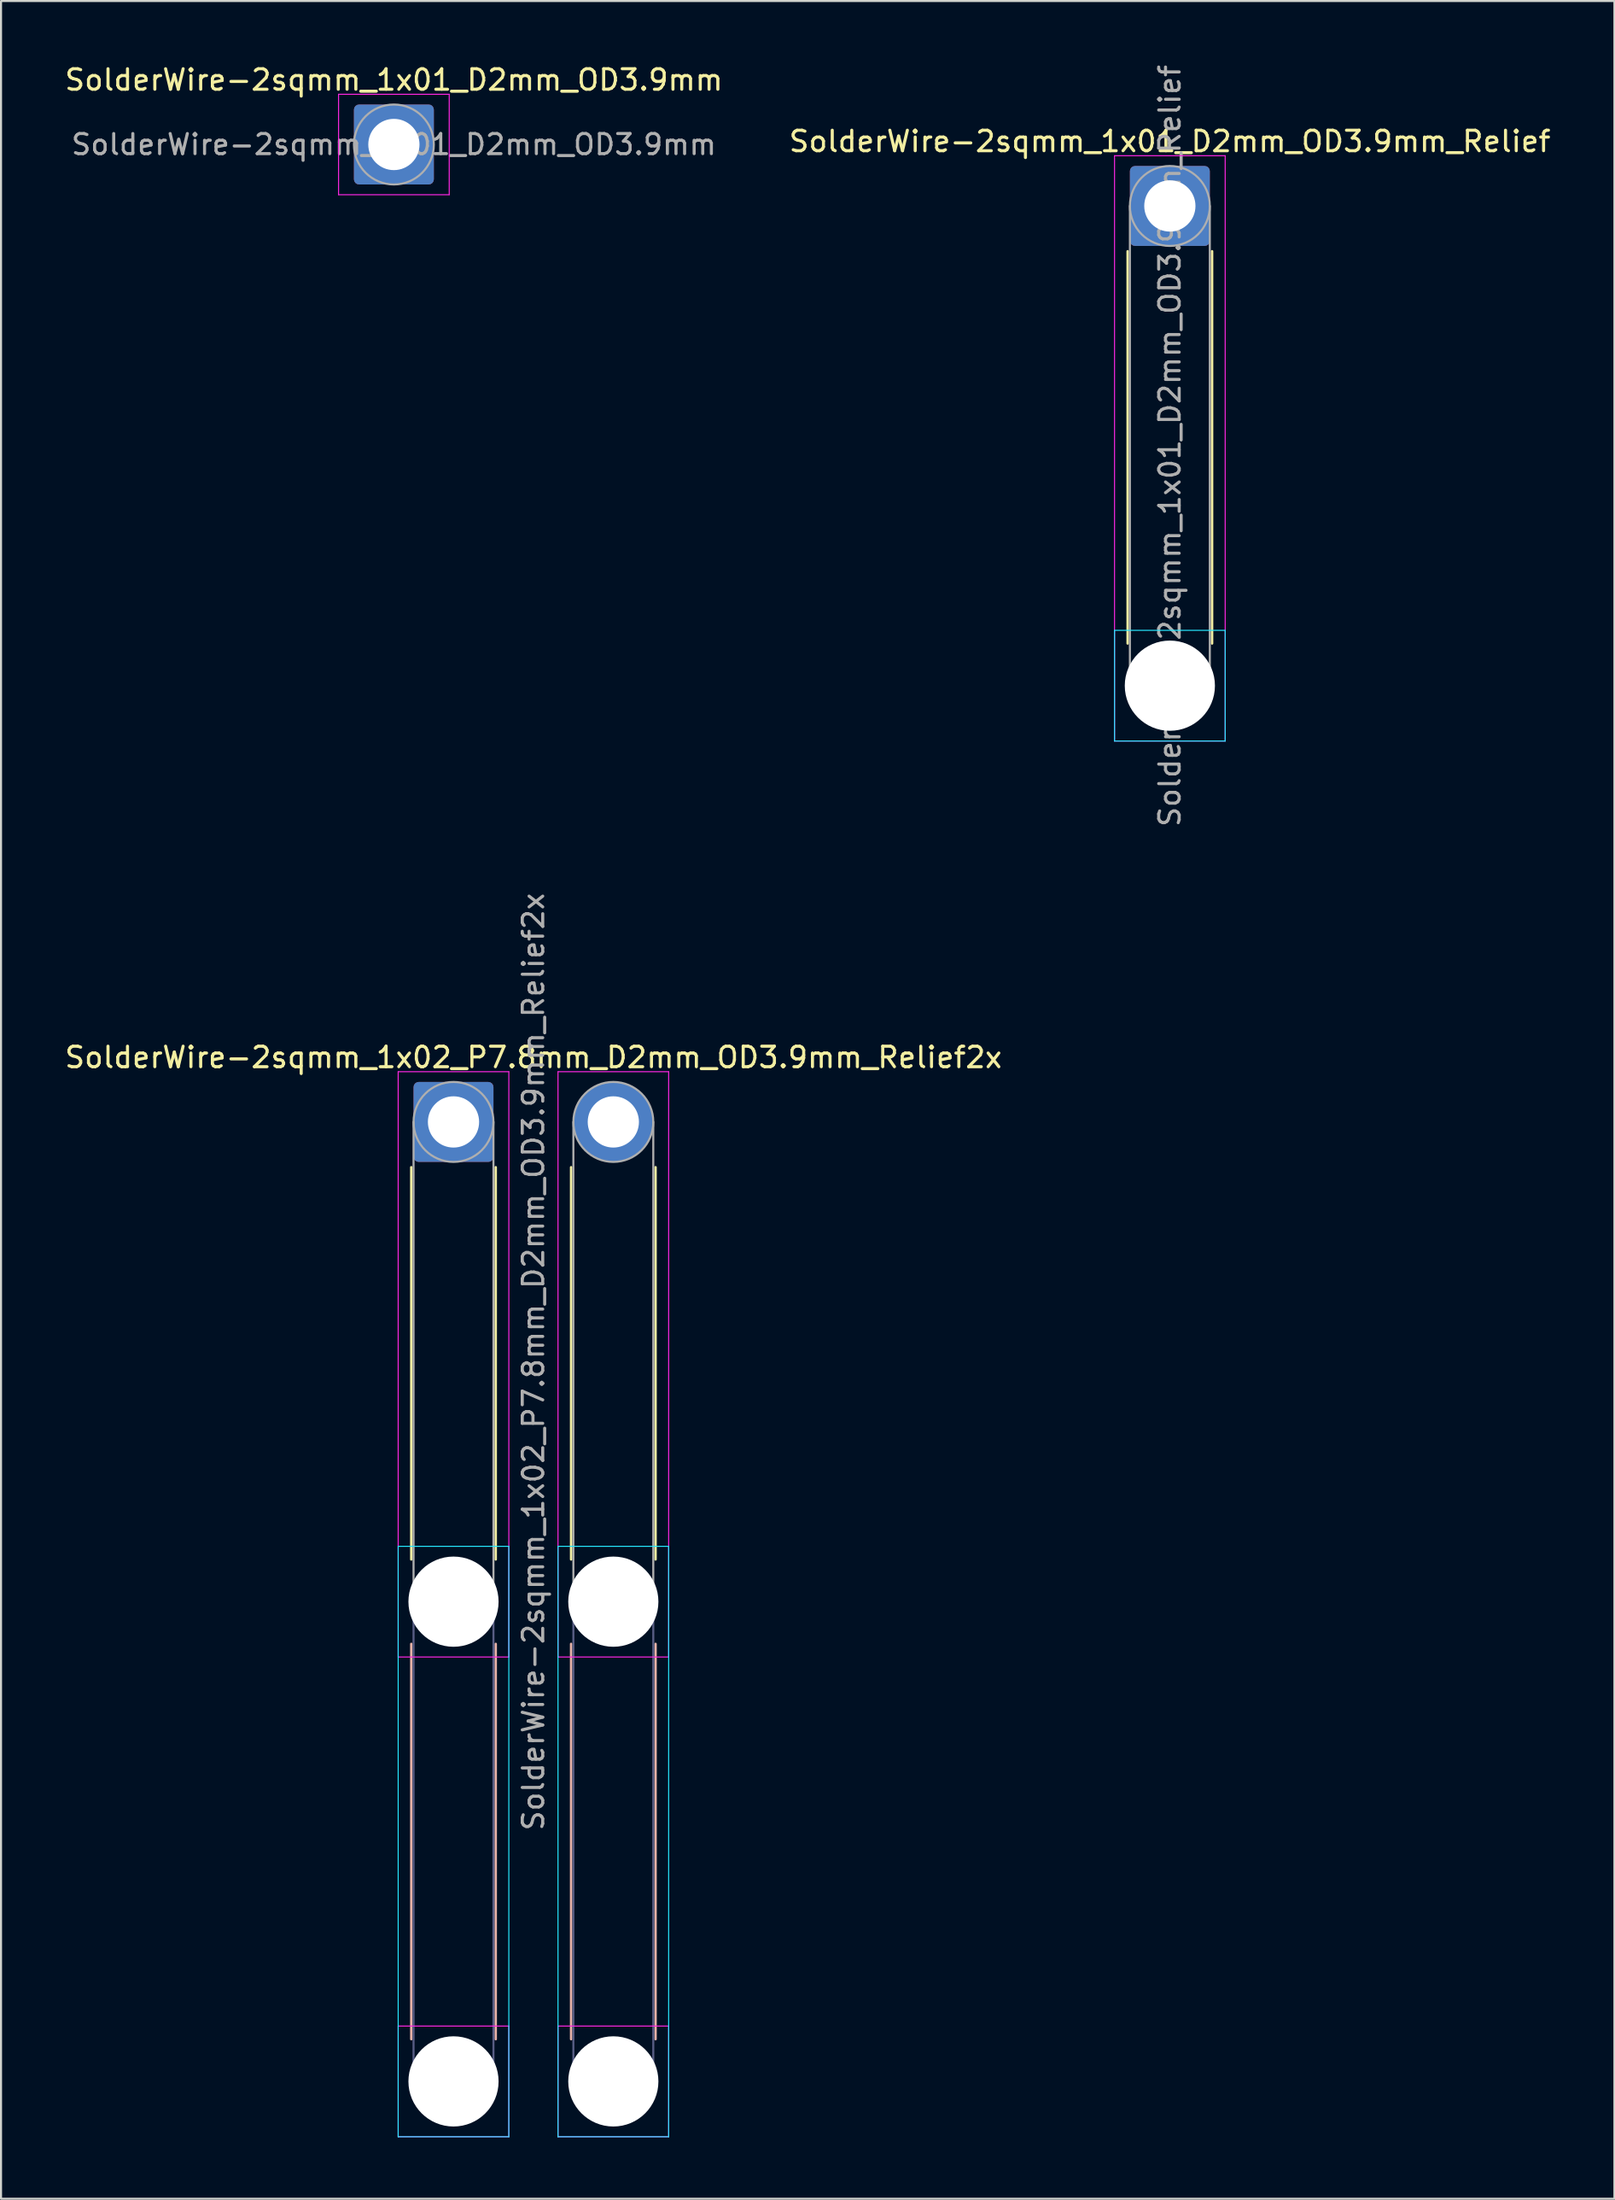
<source format=kicad_pcb>
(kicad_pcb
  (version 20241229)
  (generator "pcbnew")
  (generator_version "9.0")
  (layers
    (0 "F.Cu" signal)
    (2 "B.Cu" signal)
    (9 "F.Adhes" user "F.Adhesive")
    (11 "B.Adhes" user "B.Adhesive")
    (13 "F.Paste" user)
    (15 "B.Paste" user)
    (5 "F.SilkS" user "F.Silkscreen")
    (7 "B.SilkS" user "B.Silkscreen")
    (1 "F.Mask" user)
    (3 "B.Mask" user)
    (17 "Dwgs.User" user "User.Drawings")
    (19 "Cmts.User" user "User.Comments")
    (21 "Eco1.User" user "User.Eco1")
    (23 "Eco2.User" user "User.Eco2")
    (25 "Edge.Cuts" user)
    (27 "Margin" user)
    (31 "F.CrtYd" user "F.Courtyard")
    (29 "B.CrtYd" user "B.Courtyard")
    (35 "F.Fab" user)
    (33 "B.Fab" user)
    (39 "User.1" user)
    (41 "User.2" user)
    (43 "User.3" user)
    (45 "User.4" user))
  (footprint "SolderWire-2sqmm_1x01_D2mm_OD3.9mm_Relief"
    (layer "F.Cu")
    (at 54.042 6.996)
    (property "Reference" "SolderWire-2sqmm_1x01_D2mm_OD3.9mm_Relief" (at 0 -3.15 0) (layer "F.SilkS") (effects (font (size 1 1) (thickness 0.15))))
    (attr exclude_from_pos_files exclude_from_bom)
    (fp_line (start -2.06 2.21) (end -2.06 21.34) (stroke (width 0.12) (type solid)) (layer "F.SilkS"))
    (fp_line (start 2.06 2.21) (end 2.06 21.34) (stroke (width 0.12) (type solid)) (layer "F.SilkS"))
    (fp_line (start -2.7 20.7) (end -2.7 26.1) (stroke (width 0.05) (type solid)) (layer "B.CrtYd"))
    (fp_line (start -2.7 26.1) (end 2.7 26.1) (stroke (width 0.05) (type solid)) (layer "B.CrtYd"))
    (fp_line (start 2.7 20.7) (end -2.7 20.7) (stroke (width 0.05) (type solid)) (layer "B.CrtYd"))
    (fp_line (start 2.7 26.1) (end 2.7 20.7) (stroke (width 0.05) (type solid)) (layer "B.CrtYd"))
    (fp_line (start -2.7 -2.45) (end -2.7 26.1) (stroke (width 0.05) (type solid)) (layer "F.CrtYd"))
    (fp_line (start -2.7 26.1) (end 2.7 26.1) (stroke (width 0.05) (type solid)) (layer "F.CrtYd"))
    (fp_line (start 2.7 -2.45) (end -2.7 -2.45) (stroke (width 0.05) (type solid)) (layer "F.CrtYd"))
    (fp_line (start 2.7 26.1) (end 2.7 -2.45) (stroke (width 0.05) (type solid)) (layer "F.CrtYd"))
    (fp_line (start -1.95 0) (end -1.95 23.4) (stroke (width 0.1) (type solid)) (layer "F.Fab"))
    (fp_line (start 1.95 0) (end 1.95 23.4) (stroke (width 0.1) (type solid)) (layer "F.Fab"))
    (fp_circle (center 0 0) (end 1.95 0) (stroke (width 0.1) (type solid)) (fill no) (layer "F.Fab"))
    (fp_circle (center 0 23.4) (end 1.95 23.4) (stroke (width 0.1) (type solid)) (fill no) (layer "F.Fab"))
    (fp_text user "${REFERENCE}" (at 0 11.7 90) (layer "F.Fab") (effects (font (size 1 1) (thickness 0.15))))
    (pad "" np_thru_hole circle (at 0 23.4) (size 4.4 4.4) (drill 4.4) (layers "*.Cu" "*.Mask"))
    (pad "1" thru_hole roundrect (at 0 0) (size 3.9 3.9) (drill 2.5) (layers "*.Cu" "*.Mask") (roundrect_rratio 0.064)))
  (footprint "SolderWire-2sqmm_1x02_P7.8mm_D2mm_OD3.9mm_Relief2x"
    (layer "F.Cu")
    (at 19.082 51.675)
    (property "Reference" "SolderWire-2sqmm_1x02_P7.8mm_D2mm_OD3.9mm_Relief2x" (at 3.9 -3.15 0) (layer "F.SilkS") (effects (font (size 1 1) (thickness 0.15))))
    (attr exclude_from_pos_files exclude_from_bom)
    (fp_line (start -2.06 2.21) (end -2.06 21.34) (stroke (width 0.12) (type solid)) (layer "F.SilkS"))
    (fp_line (start 2.06 2.21) (end 2.06 21.34) (stroke (width 0.12) (type solid)) (layer "F.SilkS"))
    (fp_line (start 5.74 2.21) (end 5.74 21.34) (stroke (width 0.12) (type solid)) (layer "F.SilkS"))
    (fp_line (start 9.86 2.21) (end 9.86 21.34) (stroke (width 0.12) (type solid)) (layer "F.SilkS"))
    (fp_line (start -2.06 25.46) (end -2.06 44.74) (stroke (width 0.12) (type solid)) (layer "B.SilkS"))
    (fp_line (start 2.06 25.46) (end 2.06 44.74) (stroke (width 0.12) (type solid)) (layer "B.SilkS"))
    (fp_line (start 5.74 25.46) (end 5.74 44.74) (stroke (width 0.12) (type solid)) (layer "B.SilkS"))
    (fp_line (start 9.86 25.46) (end 9.86 44.74) (stroke (width 0.12) (type solid)) (layer "B.SilkS"))
    (fp_line (start -2.7 20.7) (end -2.7 49.5) (stroke (width 0.05) (type solid)) (layer "B.CrtYd"))
    (fp_line (start -2.7 49.5) (end 2.7 49.5) (stroke (width 0.05) (type solid)) (layer "B.CrtYd"))
    (fp_line (start 2.7 20.7) (end -2.7 20.7) (stroke (width 0.05) (type solid)) (layer "B.CrtYd"))
    (fp_line (start 2.7 49.5) (end 2.7 20.7) (stroke (width 0.05) (type solid)) (layer "B.CrtYd"))
    (fp_line (start 5.1 20.7) (end 5.1 49.5) (stroke (width 0.05) (type solid)) (layer "B.CrtYd"))
    (fp_line (start 5.1 49.5) (end 10.5 49.5) (stroke (width 0.05) (type solid)) (layer "B.CrtYd"))
    (fp_line (start 10.5 20.7) (end 5.1 20.7) (stroke (width 0.05) (type solid)) (layer "B.CrtYd"))
    (fp_line (start 10.5 49.5) (end 10.5 20.7) (stroke (width 0.05) (type solid)) (layer "B.CrtYd"))
    (fp_line (start -2.7 -2.45) (end -2.7 26.1) (stroke (width 0.05) (type solid)) (layer "F.CrtYd"))
    (fp_line (start -2.7 26.1) (end 2.7 26.1) (stroke (width 0.05) (type solid)) (layer "F.CrtYd"))
    (fp_line (start -2.7 44.1) (end -2.7 49.5) (stroke (width 0.05) (type solid)) (layer "F.CrtYd"))
    (fp_line (start -2.7 49.5) (end 2.7 49.5) (stroke (width 0.05) (type solid)) (layer "F.CrtYd"))
    (fp_line (start 2.7 -2.45) (end -2.7 -2.45) (stroke (width 0.05) (type solid)) (layer "F.CrtYd"))
    (fp_line (start 2.7 26.1) (end 2.7 -2.45) (stroke (width 0.05) (type solid)) (layer "F.CrtYd"))
    (fp_line (start 2.7 44.1) (end -2.7 44.1) (stroke (width 0.05) (type solid)) (layer "F.CrtYd"))
    (fp_line (start 2.7 49.5) (end 2.7 44.1) (stroke (width 0.05) (type solid)) (layer "F.CrtYd"))
    (fp_line (start 5.1 -2.45) (end 5.1 26.1) (stroke (width 0.05) (type solid)) (layer "F.CrtYd"))
    (fp_line (start 5.1 26.1) (end 10.5 26.1) (stroke (width 0.05) (type solid)) (layer "F.CrtYd"))
    (fp_line (start 5.1 44.1) (end 5.1 49.5) (stroke (width 0.05) (type solid)) (layer "F.CrtYd"))
    (fp_line (start 5.1 49.5) (end 10.5 49.5) (stroke (width 0.05) (type solid)) (layer "F.CrtYd"))
    (fp_line (start 10.5 -2.45) (end 5.1 -2.45) (stroke (width 0.05) (type solid)) (layer "F.CrtYd"))
    (fp_line (start 10.5 26.1) (end 10.5 -2.45) (stroke (width 0.05) (type solid)) (layer "F.CrtYd"))
    (fp_line (start 10.5 44.1) (end 5.1 44.1) (stroke (width 0.05) (type solid)) (layer "F.CrtYd"))
    (fp_line (start 10.5 49.5) (end 10.5 44.1) (stroke (width 0.05) (type solid)) (layer "F.CrtYd"))
    (fp_line (start -1.95 23.4) (end -1.95 46.8) (stroke (width 0.1) (type solid)) (layer "B.Fab"))
    (fp_line (start 1.95 23.4) (end 1.95 46.8) (stroke (width 0.1) (type solid)) (layer "B.Fab"))
    (fp_line (start 5.85 23.4) (end 5.85 46.8) (stroke (width 0.1) (type solid)) (layer "B.Fab"))
    (fp_line (start 9.75 23.4) (end 9.75 46.8) (stroke (width 0.1) (type solid)) (layer "B.Fab"))
    (fp_circle (center 0 23.4) (end 1.95 23.4) (stroke (width 0.1) (type solid)) (fill no) (layer "B.Fab"))
    (fp_circle (center 0 46.8) (end 1.95 46.8) (stroke (width 0.1) (type solid)) (fill no) (layer "B.Fab"))
    (fp_circle (center 7.8 23.4) (end 9.75 23.4) (stroke (width 0.1) (type solid)) (fill no) (layer "B.Fab"))
    (fp_circle (center 7.8 46.8) (end 9.75 46.8) (stroke (width 0.1) (type solid)) (fill no) (layer "B.Fab"))
    (fp_line (start -1.95 0) (end -1.95 23.4) (stroke (width 0.1) (type solid)) (layer "F.Fab"))
    (fp_line (start 1.95 0) (end 1.95 23.4) (stroke (width 0.1) (type solid)) (layer "F.Fab"))
    (fp_line (start 5.85 0) (end 5.85 23.4) (stroke (width 0.1) (type solid)) (layer "F.Fab"))
    (fp_line (start 9.75 0) (end 9.75 23.4) (stroke (width 0.1) (type solid)) (layer "F.Fab"))
    (fp_circle (center 0 0) (end 1.95 0) (stroke (width 0.1) (type solid)) (fill no) (layer "F.Fab"))
    (fp_circle (center 0 23.4) (end 1.95 23.4) (stroke (width 0.1) (type solid)) (fill no) (layer "F.Fab"))
    (fp_circle (center 0 46.8) (end 1.95 46.8) (stroke (width 0.1) (type solid)) (fill no) (layer "F.Fab"))
    (fp_circle (center 7.8 0) (end 9.75 0) (stroke (width 0.1) (type solid)) (fill no) (layer "F.Fab"))
    (fp_circle (center 7.8 23.4) (end 9.75 23.4) (stroke (width 0.1) (type solid)) (fill no) (layer "F.Fab"))
    (fp_circle (center 7.8 46.8) (end 9.75 46.8) (stroke (width 0.1) (type solid)) (fill no) (layer "F.Fab"))
    (fp_text user "${REFERENCE}" (at 3.9 11.7 90) (layer "F.Fab") (effects (font (size 1 1) (thickness 0.15))))
    (pad "" np_thru_hole circle (at 0 23.4) (size 4.4 4.4) (drill 4.4) (layers "*.Cu" "*.Mask"))
    (pad "" np_thru_hole circle (at 0 46.8) (size 4.4 4.4) (drill 4.4) (layers "*.Cu" "*.Mask"))
    (pad "" np_thru_hole circle (at 7.8 23.4) (size 4.4 4.4) (drill 4.4) (layers "*.Cu" "*.Mask"))
    (pad "" np_thru_hole circle (at 7.8 46.8) (size 4.4 4.4) (drill 4.4) (layers "*.Cu" "*.Mask"))
    (pad "1" thru_hole roundrect (at 0 0) (size 3.9 3.9) (drill 2.5) (layers "*.Cu" "*.Mask") (roundrect_rratio 0.064))
    (pad "2" thru_hole circle (at 7.8 0) (size 3.9 3.9) (drill 2.5) (layers "*.Cu" "*.Mask")))
  (footprint "SolderWire-2sqmm_1x01_D2mm_OD3.9mm"
    (layer "F.Cu")
    (at 16.173 3.998)
    (property "Reference" "SolderWire-2sqmm_1x01_D2mm_OD3.9mm" (at 0 -3.15 0) (layer "F.SilkS") (effects (font (size 1 1) (thickness 0.15))))
    (attr exclude_from_pos_files exclude_from_bom)
    (fp_line (start -2.7 -2.45) (end -2.7 2.45) (stroke (width 0.05) (type solid)) (layer "F.CrtYd"))
    (fp_line (start -2.7 2.45) (end 2.7 2.45) (stroke (width 0.05) (type solid)) (layer "F.CrtYd"))
    (fp_line (start 2.7 -2.45) (end -2.7 -2.45) (stroke (width 0.05) (type solid)) (layer "F.CrtYd"))
    (fp_line (start 2.7 2.45) (end 2.7 -2.45) (stroke (width 0.05) (type solid)) (layer "F.CrtYd"))
    (fp_circle (center 0 0) (end 1.95 0) (stroke (width 0.1) (type solid)) (fill no) (layer "F.Fab"))
    (fp_text user "${REFERENCE}" (at 0 0 0) (layer "F.Fab") (effects (font (size 0.98 0.98) (thickness 0.15))))
    (pad "1" thru_hole roundrect (at 0 0) (size 3.9 3.9) (drill 2.5) (layers "*.Cu" "*.Mask") (roundrect_rratio 0.064)))
  (gr_rect
    (start -3 -3)
    (end 75.738 104.2)
    (stroke (width 0.1) (type default))
    (fill no)
    (layer "Edge.Cuts")))
</source>
